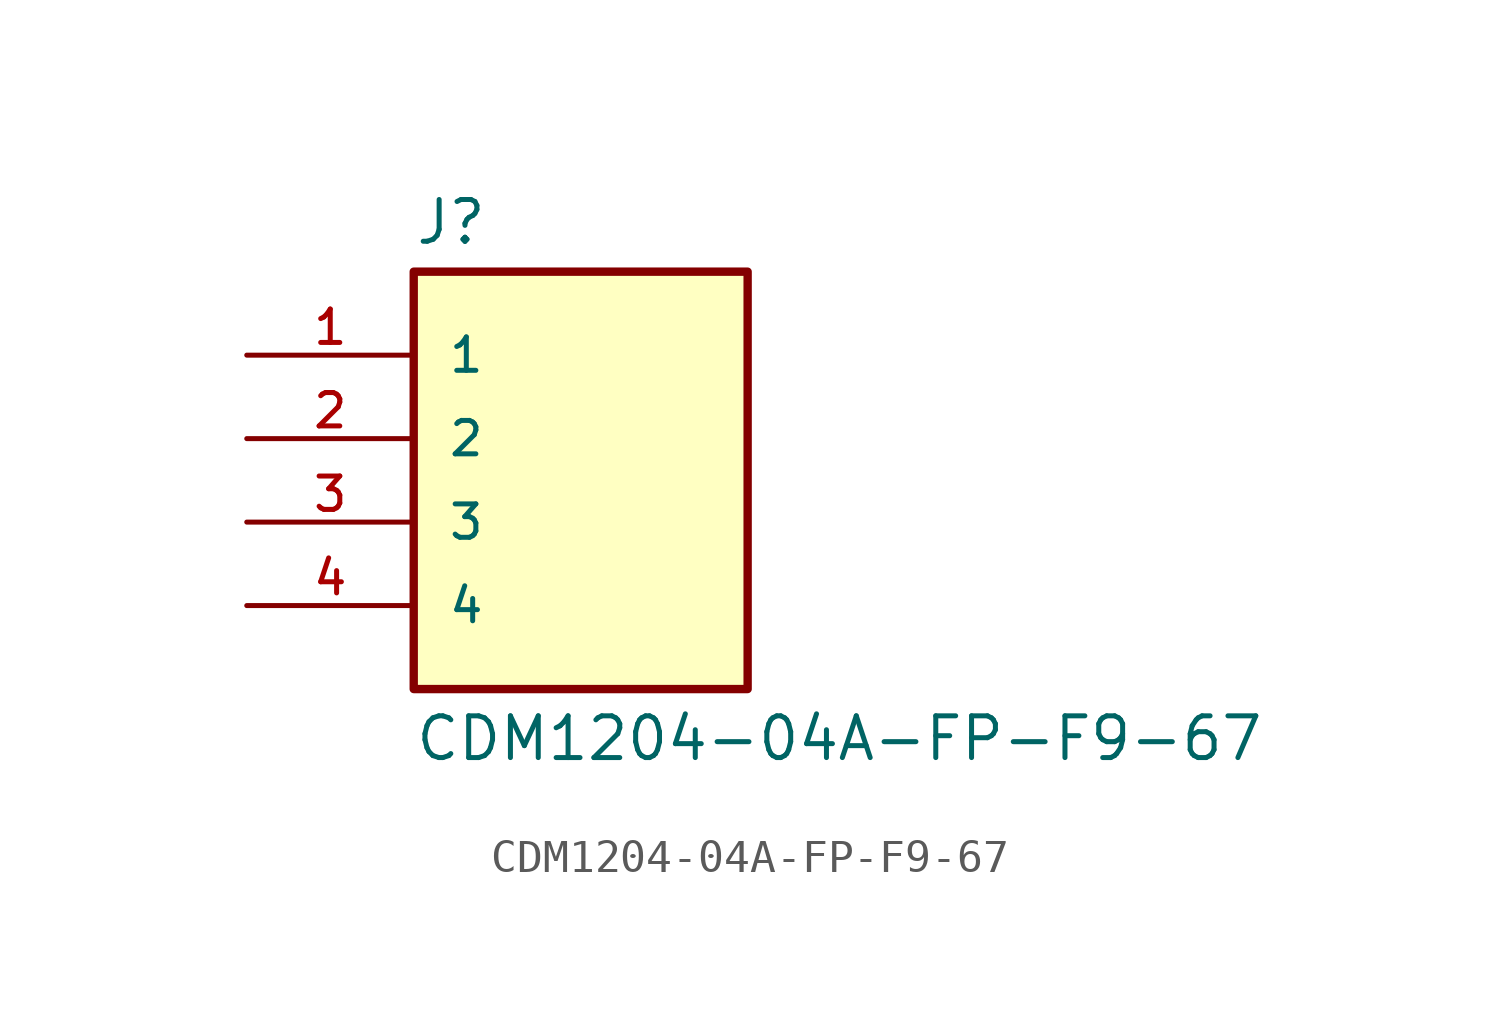
<source format=kicad_sym>
(kicad_symbol_lib
  (version 20211014)
  (generator kicad_symbol_editor)
  (symbol "CDM1204-04A-FP-F9-67"
    (pin_names
      (offset 1.016))
    (property "Reference" "J"
      (at -5.072 5.842 0)
      (effects (font (size 1.27 1.27)) (justify bottom left)))
    (property "Value" "CDM1204-04A-FP-F9-67"
      (at -5.08 -8.382 0)
      (effects (font (size 1.27 1.27)) (justify top left)))
    (symbol "CDM1204-04A-FP-F9-67_0_0"
      (rectangle (start -5.08 -7.62) (end 5.08 5.08) (stroke (width 0.254)) (fill (type background)))
      (pin passive line (at -10.16 2.54 0) (length 5.08) (name "1" (effects (font (size 1.016 1.016)))) (number "1" (effects (font (size 1.016 1.016)))))
      (pin passive line (at -10.16 0.0 0) (length 5.08) (name "2" (effects (font (size 1.016 1.016)))) (number "2" (effects (font (size 1.016 1.016)))))
      (pin passive line (at -10.16 -2.54 0) (length 5.08) (name "3" (effects (font (size 1.016 1.016)))) (number "3" (effects (font (size 1.016 1.016)))))
      (pin passive line (at -10.16 -5.08 0) (length 5.08) (name "4" (effects (font (size 1.016 1.016)))) (number "4" (effects (font (size 1.016 1.016))))))))
</source>
